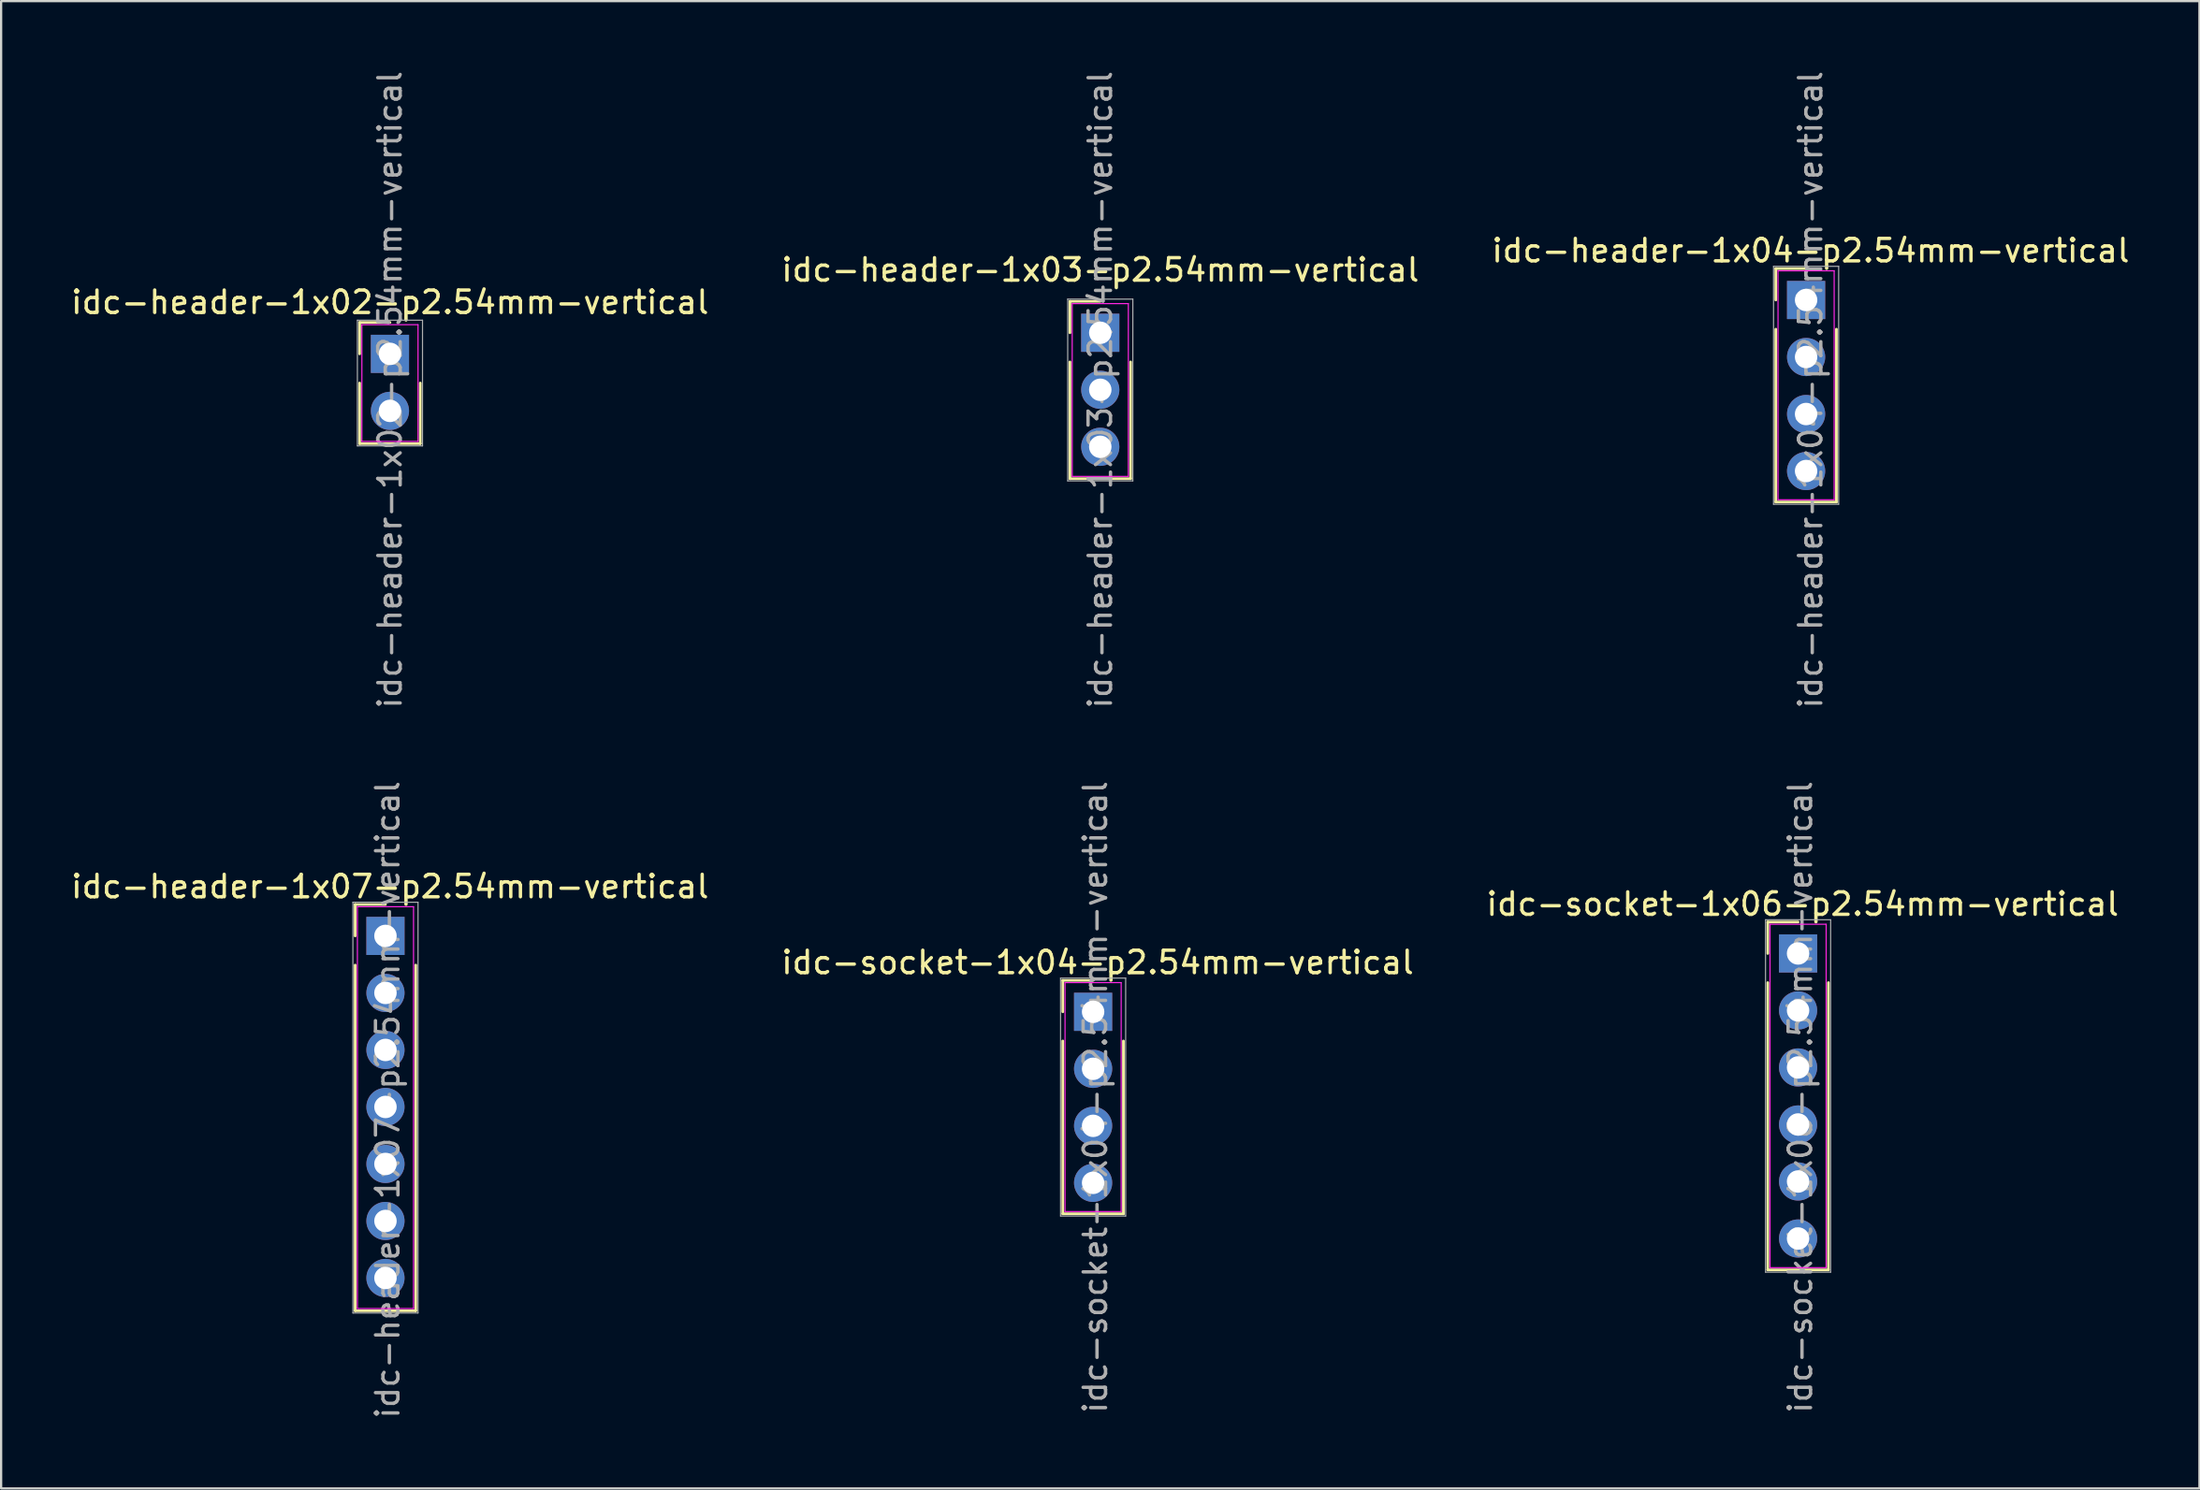
<source format=kicad_pcb>
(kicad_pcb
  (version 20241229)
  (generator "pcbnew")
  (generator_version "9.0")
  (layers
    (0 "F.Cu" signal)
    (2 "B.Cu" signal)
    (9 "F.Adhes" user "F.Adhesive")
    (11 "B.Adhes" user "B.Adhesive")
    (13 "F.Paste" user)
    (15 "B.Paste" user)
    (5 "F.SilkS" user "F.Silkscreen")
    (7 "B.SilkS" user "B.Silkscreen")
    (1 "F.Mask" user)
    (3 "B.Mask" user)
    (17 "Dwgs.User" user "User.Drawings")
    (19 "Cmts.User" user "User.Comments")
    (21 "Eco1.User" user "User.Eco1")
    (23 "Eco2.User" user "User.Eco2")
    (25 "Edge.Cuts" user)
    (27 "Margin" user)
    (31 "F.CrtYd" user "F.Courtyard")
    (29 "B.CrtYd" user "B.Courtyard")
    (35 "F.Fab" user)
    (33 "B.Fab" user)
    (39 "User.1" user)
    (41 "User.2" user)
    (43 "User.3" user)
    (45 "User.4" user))
  (footprint "idc-socket-1x06-p2.54mm-vertical"
    (layer "F.Cu")
    (at 77.02 39.427)
    (property "Reference" "idc-socket-1x06-p2.54mm-vertical" (at 0.2 -2.2 0) (layer "F.SilkS") (effects (font (size 1 1) (thickness 0.15))))
    (attr through_hole)
    (fp_line (start -1.35 -1.4) (end 0 -1.4) (stroke (width 0.12) (type solid)) (layer "F.SilkS"))
    (fp_line (start -1.35 0) (end -1.35 -1.4) (stroke (width 0.12) (type solid)) (layer "F.SilkS"))
    (fp_line (start -1.35 1.3) (end -1.35 14.1) (stroke (width 0.12) (type solid)) (layer "F.SilkS"))
    (fp_line (start -1.35 14.1) (end 1.35 14.1) (stroke (width 0.12) (type solid)) (layer "F.SilkS"))
    (fp_line (start 1.35 1.3) (end 1.35 14.1) (stroke (width 0.12) (type solid)) (layer "F.SilkS"))
    (fp_line (start -1.25 -1.3) (end -1.25 14) (stroke (width 0.05) (type solid)) (layer "F.CrtYd"))
    (fp_line (start -1.25 14) (end 1.25 14) (stroke (width 0.05) (type solid)) (layer "F.CrtYd"))
    (fp_line (start 1.25 -1.3) (end -1.25 -1.3) (stroke (width 0.05) (type solid)) (layer "F.CrtYd"))
    (fp_line (start 1.25 14) (end 1.25 -1.3) (stroke (width 0.05) (type solid)) (layer "F.CrtYd"))
    (fp_line (start -1.45 -1.5) (end -1.45 14.2) (stroke (width 0.05) (type solid)) (layer "F.Fab"))
    (fp_line (start -1.45 14.2) (end 1.45 14.2) (stroke (width 0.05) (type solid)) (layer "F.Fab"))
    (fp_line (start 1.45 -1.5) (end -1.45 -1.5) (stroke (width 0.05) (type solid)) (layer "F.Fab"))
    (fp_line (start 1.45 14.2) (end 1.45 -1.5) (stroke (width 0.05) (type solid)) (layer "F.Fab"))
    (fp_text user "${REFERENCE}" (at 0.1 6.4 90) (layer "F.Fab") (effects (font (size 1 1) (thickness 0.15))))
    (pad "1" thru_hole rect (at 0 0) (size 1.7 1.7) (drill 1) (layers "*.Cu" "*.Mask"))
    (pad "2" thru_hole oval (at 0 2.54) (size 1.7 1.7) (drill 1) (layers "*.Cu" "*.Mask"))
    (pad "3" thru_hole oval (at 0 5.08) (size 1.7 1.7) (drill 1) (layers "*.Cu" "*.Mask"))
    (pad "4" thru_hole oval (at 0 7.62) (size 1.7 1.7) (drill 1) (layers "*.Cu" "*.Mask"))
    (pad "5" thru_hole oval (at 0 10.16) (size 1.7 1.7) (drill 1) (layers "*.Cu" "*.Mask"))
    (pad "6" thru_hole oval (at 0 12.7) (size 1.7 1.7) (drill 1) (layers "*.Cu" "*.Mask")))
  (footprint "idc-header-1x02-p2.54mm-vertical"
    (layer "F.Cu")
    (at 14.315 12.715)
    (property "Reference" "idc-header-1x02-p2.54mm-vertical" (at 0 -2.3 0) (layer "F.SilkS") (effects (font (size 1 1) (thickness 0.15))))
    (attr through_hole)
    (fp_line (start -1.35 -1.4) (end 0 -1.4) (stroke (width 0.12) (type solid)) (layer "F.SilkS"))
    (fp_line (start -1.35 0) (end -1.35 -1.4) (stroke (width 0.12) (type solid)) (layer "F.SilkS"))
    (fp_line (start -1.35 1.3) (end -1.35 4) (stroke (width 0.12) (type solid)) (layer "F.SilkS"))
    (fp_line (start -1.35 4) (end 1.35 4) (stroke (width 0.12) (type solid)) (layer "F.SilkS"))
    (fp_line (start 1.35 1.3) (end 1.35 4) (stroke (width 0.12) (type solid)) (layer "F.SilkS"))
    (fp_line (start -1.25 -1.3) (end -1.25 3.9) (stroke (width 0.05) (type solid)) (layer "F.CrtYd"))
    (fp_line (start -1.25 3.9) (end 1.25 3.9) (stroke (width 0.05) (type solid)) (layer "F.CrtYd"))
    (fp_line (start 1.25 -1.3) (end -1.25 -1.3) (stroke (width 0.05) (type solid)) (layer "F.CrtYd"))
    (fp_line (start 1.25 3.9) (end 1.25 -1.3) (stroke (width 0.05) (type solid)) (layer "F.CrtYd"))
    (fp_line (start -1.45 -1.5) (end -1.45 4.1) (stroke (width 0.05) (type solid)) (layer "F.Fab"))
    (fp_line (start -1.45 4.1) (end 1.45 4.1) (stroke (width 0.05) (type solid)) (layer "F.Fab"))
    (fp_line (start 1.45 -1.5) (end -1.45 -1.5) (stroke (width 0.05) (type solid)) (layer "F.Fab"))
    (fp_line (start 1.45 4.1) (end 1.45 -1.5) (stroke (width 0.05) (type solid)) (layer "F.Fab"))
    (fp_text user "${REFERENCE}" (at 0 1.6 90) (layer "F.Fab") (effects (font (size 1 1) (thickness 0.15))))
    (pad "1" thru_hole rect (at 0 0) (size 1.7 1.7) (drill 1) (layers "*.Cu" "*.Mask"))
    (pad "2" thru_hole oval (at 0 2.54) (size 1.7 1.7) (drill 1) (layers "*.Cu" "*.Mask")))
  (footprint "idc-header-1x03-p2.54mm-vertical"
    (layer "F.Cu")
    (at 45.946 11.775)
    (property "Reference" "idc-header-1x03-p2.54mm-vertical" (at 0 -2.8 180) (layer "F.SilkS") (effects (font (size 1 1) (thickness 0.15))))
    (attr through_hole)
    (fp_line (start -1.35 -1.4) (end 0 -1.4) (stroke (width 0.12) (type solid)) (layer "F.SilkS"))
    (fp_line (start -1.35 0) (end -1.35 -1.4) (stroke (width 0.12) (type solid)) (layer "F.SilkS"))
    (fp_line (start -1.35 1.3) (end -1.35 6.5) (stroke (width 0.12) (type solid)) (layer "F.SilkS"))
    (fp_line (start -1.35 6.5) (end 1.35 6.5) (stroke (width 0.12) (type solid)) (layer "F.SilkS"))
    (fp_line (start 1.35 1.3) (end 1.35 6.5) (stroke (width 0.12) (type solid)) (layer "F.SilkS"))
    (fp_line (start -1.25 -1.3) (end -1.25 6.4) (stroke (width 0.05) (type solid)) (layer "F.CrtYd"))
    (fp_line (start -1.25 6.4) (end 1.25 6.4) (stroke (width 0.05) (type solid)) (layer "F.CrtYd"))
    (fp_line (start 1.25 -1.3) (end -1.25 -1.3) (stroke (width 0.05) (type solid)) (layer "F.CrtYd"))
    (fp_line (start 1.25 6.4) (end 1.25 -1.3) (stroke (width 0.05) (type solid)) (layer "F.CrtYd"))
    (fp_line (start -1.45 -1.5) (end -1.45 6.6) (stroke (width 0.05) (type solid)) (layer "F.Fab"))
    (fp_line (start -1.45 6.6) (end 1.45 6.6) (stroke (width 0.05) (type solid)) (layer "F.Fab"))
    (fp_line (start 1.45 -1.5) (end -1.45 -1.5) (stroke (width 0.05) (type solid)) (layer "F.Fab"))
    (fp_line (start 1.45 6.6) (end 1.45 -1.5) (stroke (width 0.05) (type solid)) (layer "F.Fab"))
    (fp_text user "${REFERENCE}" (at 0 2.54 90) (layer "F.Fab") (effects (font (size 1 1) (thickness 0.15))))
    (pad "1" thru_hole rect (at 0 0) (size 1.7 1.7) (drill 1) (layers "*.Cu" "*.Mask"))
    (pad "2" thru_hole oval (at 0 2.54) (size 1.7 1.7) (drill 1) (layers "*.Cu" "*.Mask"))
    (pad "3" thru_hole oval (at 0 5.08) (size 1.7 1.7) (drill 1) (layers "*.Cu" "*.Mask")))
  (footprint "idc-socket-1x04-p2.54mm-vertical"
    (layer "F.Cu")
    (at 45.627 42.027)
    (property "Reference" "idc-socket-1x04-p2.54mm-vertical" (at 0.2 -2.2 0) (layer "F.SilkS") (effects (font (size 1 1) (thickness 0.15))))
    (attr through_hole)
    (fp_line (start -1.35 -1.4) (end 0 -1.4) (stroke (width 0.12) (type solid)) (layer "F.SilkS"))
    (fp_line (start -1.35 0) (end -1.35 -1.4) (stroke (width 0.12) (type solid)) (layer "F.SilkS"))
    (fp_line (start -1.35 1.3) (end -1.35 9) (stroke (width 0.12) (type solid)) (layer "F.SilkS"))
    (fp_line (start -1.35 9) (end 1.35 9) (stroke (width 0.12) (type solid)) (layer "F.SilkS"))
    (fp_line (start 1.35 1.3) (end 1.35 9) (stroke (width 0.12) (type solid)) (layer "F.SilkS"))
    (fp_line (start -1.25 -1.3) (end -1.25 8.9) (stroke (width 0.05) (type solid)) (layer "F.CrtYd"))
    (fp_line (start -1.25 8.9) (end 1.25 8.9) (stroke (width 0.05) (type solid)) (layer "F.CrtYd"))
    (fp_line (start 1.25 -1.3) (end -1.25 -1.3) (stroke (width 0.05) (type solid)) (layer "F.CrtYd"))
    (fp_line (start 1.25 8.9) (end 1.25 -1.3) (stroke (width 0.05) (type solid)) (layer "F.CrtYd"))
    (fp_line (start -1.45 -1.5) (end -1.45 9.1) (stroke (width 0.05) (type solid)) (layer "F.Fab"))
    (fp_line (start -1.45 9.1) (end 1.45 9.1) (stroke (width 0.05) (type solid)) (layer "F.Fab"))
    (fp_line (start 1.45 -1.5) (end -1.45 -1.5) (stroke (width 0.05) (type solid)) (layer "F.Fab"))
    (fp_line (start 1.45 9.1) (end 1.45 -1.5) (stroke (width 0.05) (type solid)) (layer "F.Fab"))
    (fp_text user "${REFERENCE}" (at 0.1 3.8 90) (layer "F.Fab") (effects (font (size 1 1) (thickness 0.15))))
    (pad "1" thru_hole rect (at 0 0) (size 1.7 1.7) (drill 1) (layers "*.Cu" "*.Mask"))
    (pad "2" thru_hole oval (at 0 2.54) (size 1.7 1.7) (drill 1) (layers "*.Cu" "*.Mask"))
    (pad "3" thru_hole oval (at 0 5.08) (size 1.7 1.7) (drill 1) (layers "*.Cu" "*.Mask"))
    (pad "4" thru_hole oval (at 0 7.62) (size 1.7 1.7) (drill 1) (layers "*.Cu" "*.Mask")))
  (footprint "idc-header-1x07-p2.54mm-vertical"
    (layer "F.Cu")
    (at 14.115 38.646)
    (property "Reference" "idc-header-1x07-p2.54mm-vertical" (at 0.2 -2.2 0) (layer "F.SilkS") (effects (font (size 1 1) (thickness 0.15))))
    (attr through_hole)
    (fp_line (start -1.35 -1.4) (end 0 -1.4) (stroke (width 0.12) (type solid)) (layer "F.SilkS"))
    (fp_line (start -1.35 0) (end -1.35 -1.4) (stroke (width 0.12) (type solid)) (layer "F.SilkS"))
    (fp_line (start -1.35 1.3) (end -1.35 16.7) (stroke (width 0.12) (type solid)) (layer "F.SilkS"))
    (fp_line (start -1.35 16.7) (end 1.35 16.7) (stroke (width 0.12) (type solid)) (layer "F.SilkS"))
    (fp_line (start 1.35 1.3) (end 1.35 16.7) (stroke (width 0.12) (type solid)) (layer "F.SilkS"))
    (fp_line (start -1.25 -1.3) (end -1.25 16.6) (stroke (width 0.05) (type solid)) (layer "F.CrtYd"))
    (fp_line (start -1.25 16.6) (end 1.25 16.6) (stroke (width 0.05) (type solid)) (layer "F.CrtYd"))
    (fp_line (start 1.25 -1.3) (end -1.25 -1.3) (stroke (width 0.05) (type solid)) (layer "F.CrtYd"))
    (fp_line (start 1.25 16.6) (end 1.25 -1.3) (stroke (width 0.05) (type solid)) (layer "F.CrtYd"))
    (fp_line (start -1.45 -1.5) (end -1.45 16.8) (stroke (width 0.05) (type solid)) (layer "F.Fab"))
    (fp_line (start -1.45 16.8) (end 1.45 16.8) (stroke (width 0.05) (type solid)) (layer "F.Fab"))
    (fp_line (start 1.45 -1.5) (end -1.45 -1.5) (stroke (width 0.05) (type solid)) (layer "F.Fab"))
    (fp_line (start 1.45 16.8) (end 1.45 -1.5) (stroke (width 0.05) (type solid)) (layer "F.Fab"))
    (fp_text user "${REFERENCE}" (at 0.1 7.3 90) (layer "F.Fab") (effects (font (size 1 1) (thickness 0.15))))
    (pad "1" thru_hole rect (at 0 0) (size 1.7 1.7) (drill 1) (layers "*.Cu" "*.Mask"))
    (pad "2" thru_hole oval (at 0 2.54) (size 1.7 1.7) (drill 1) (layers "*.Cu" "*.Mask"))
    (pad "3" thru_hole oval (at 0 5.08) (size 1.7 1.7) (drill 1) (layers "*.Cu" "*.Mask"))
    (pad "4" thru_hole oval (at 0 7.62) (size 1.7 1.7) (drill 1) (layers "*.Cu" "*.Mask"))
    (pad "5" thru_hole oval (at 0 10.16) (size 1.7 1.7) (drill 1) (layers "*.Cu" "*.Mask"))
    (pad "6" thru_hole oval (at 0 12.7) (size 1.7 1.7) (drill 1) (layers "*.Cu" "*.Mask"))
    (pad "7" thru_hole oval (at 0 15.24) (size 1.7 1.7) (drill 1) (layers "*.Cu" "*.Mask")))
  (footprint "idc-header-1x04-p2.54mm-vertical"
    (layer "F.Cu")
    (at 77.377 10.315)
    (property "Reference" "idc-header-1x04-p2.54mm-vertical" (at 0.2 -2.2 0) (layer "F.SilkS") (effects (font (size 1 1) (thickness 0.15))))
    (attr through_hole)
    (fp_line (start -1.35 -1.4) (end 0 -1.4) (stroke (width 0.12) (type solid)) (layer "F.SilkS"))
    (fp_line (start -1.35 0) (end -1.35 -1.4) (stroke (width 0.12) (type solid)) (layer "F.SilkS"))
    (fp_line (start -1.35 1.3) (end -1.35 9) (stroke (width 0.12) (type solid)) (layer "F.SilkS"))
    (fp_line (start -1.35 9) (end 1.35 9) (stroke (width 0.12) (type solid)) (layer "F.SilkS"))
    (fp_line (start 1.35 1.3) (end 1.35 9) (stroke (width 0.12) (type solid)) (layer "F.SilkS"))
    (fp_line (start -1.25 -1.3) (end -1.25 8.9) (stroke (width 0.05) (type solid)) (layer "F.CrtYd"))
    (fp_line (start -1.25 8.9) (end 1.25 8.9) (stroke (width 0.05) (type solid)) (layer "F.CrtYd"))
    (fp_line (start 1.25 -1.3) (end -1.25 -1.3) (stroke (width 0.05) (type solid)) (layer "F.CrtYd"))
    (fp_line (start 1.25 8.9) (end 1.25 -1.3) (stroke (width 0.05) (type solid)) (layer "F.CrtYd"))
    (fp_line (start -1.45 -1.5) (end -1.45 9.1) (stroke (width 0.05) (type solid)) (layer "F.Fab"))
    (fp_line (start -1.45 9.1) (end 1.45 9.1) (stroke (width 0.05) (type solid)) (layer "F.Fab"))
    (fp_line (start 1.45 -1.5) (end -1.45 -1.5) (stroke (width 0.05) (type solid)) (layer "F.Fab"))
    (fp_line (start 1.45 9.1) (end 1.45 -1.5) (stroke (width 0.05) (type solid)) (layer "F.Fab"))
    (fp_text user "${REFERENCE}" (at 0.2 4 90) (layer "F.Fab") (effects (font (size 1 1) (thickness 0.15))))
    (pad "1" thru_hole rect (at 0 0) (size 1.7 1.7) (drill 1) (layers "*.Cu" "*.Mask"))
    (pad "2" thru_hole oval (at 0 2.54) (size 1.7 1.7) (drill 1) (layers "*.Cu" "*.Mask"))
    (pad "3" thru_hole oval (at 0 5.08) (size 1.7 1.7) (drill 1) (layers "*.Cu" "*.Mask"))
    (pad "4" thru_hole oval (at 0 7.62) (size 1.7 1.7) (drill 1) (layers "*.Cu" "*.Mask")))
  (gr_rect
    (start -3 -3)
    (end 94.893 63.262)
    (stroke (width 0.1) (type default))
    (fill no)
    (layer "Edge.Cuts")))
</source>
